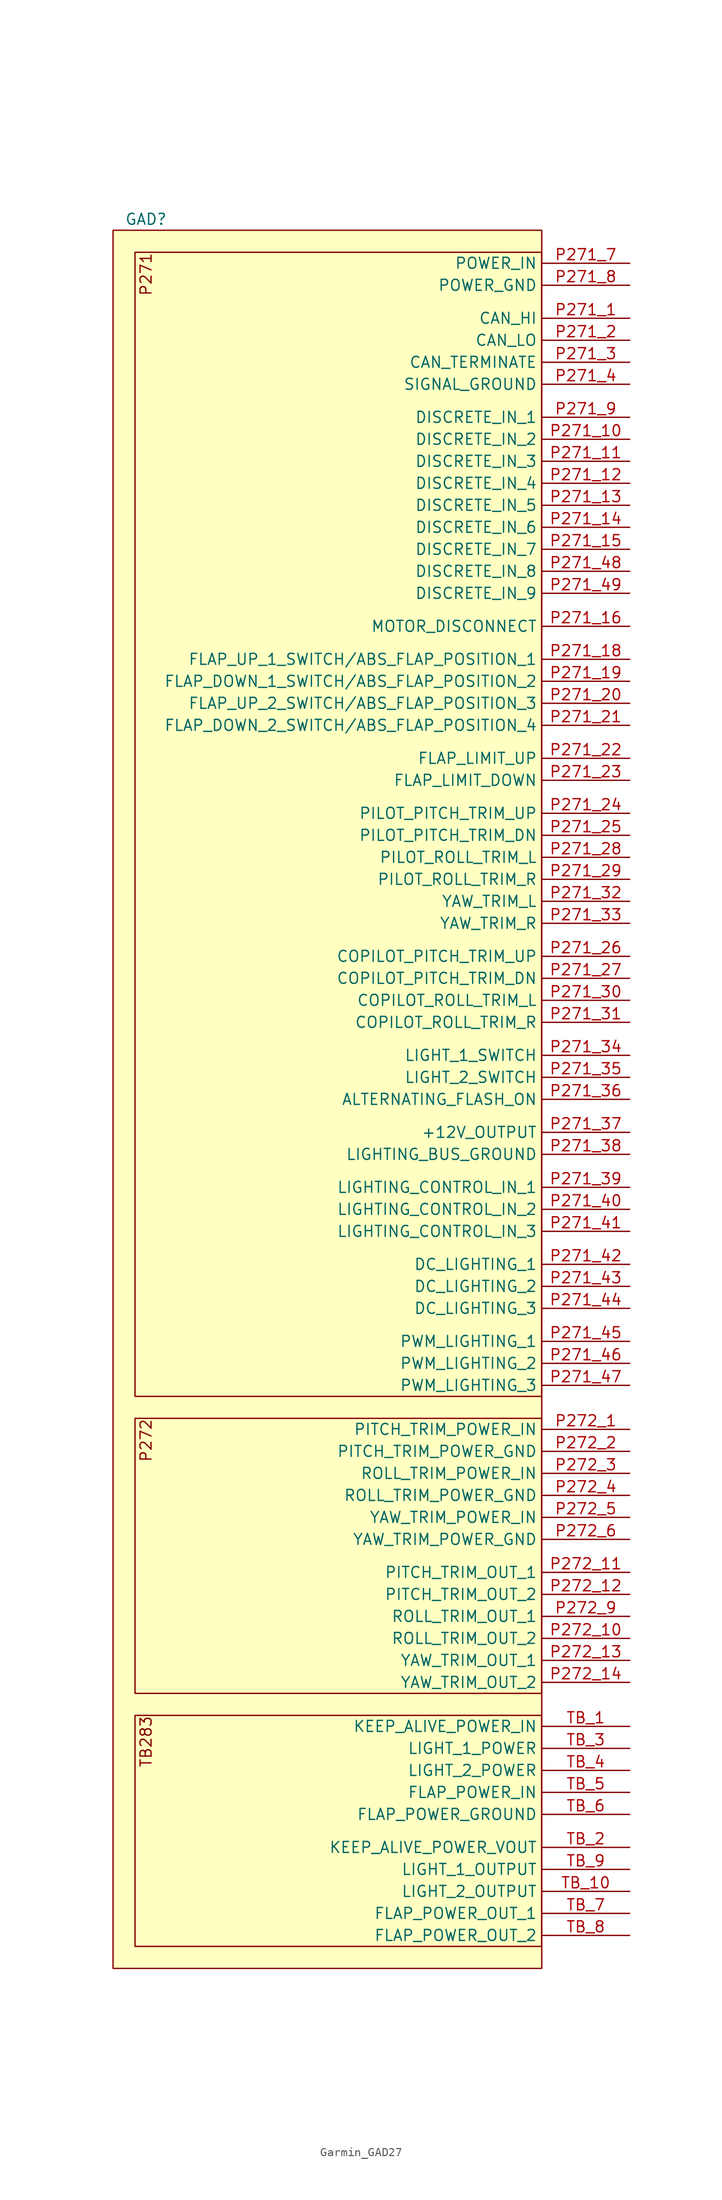
<source format=kicad_sym>
(kicad_symbol_lib
  (version 20241209)
  (generator "kicad_symbol_editor")
  (generator_version "9.0")
  (symbol "Garmin_GAD27"
    (property "Reference" "GAD"
      (at 3.81 1.27 0)
      (effects (font (size 1.27 1.27))))
    (property "Value" ""
      (at -2.54 0 0)
      (effects (font (size 1.27 1.27))))
    (symbol "Garmin_GAD27_1_1"
      (rectangle (start 0 0) (end 49.53 -200.66) (stroke (width 0) (type default)) (fill (type background)))
      (rectangle (start 2.54 -2.54) (end 49.53 -134.62) (stroke (width 0) (type default)) (fill (type background)))
      (rectangle (start 2.54 -137.16) (end 49.53 -168.91) (stroke (width 0) (type default)) (fill (type background)))
      (rectangle (start 2.54 -171.45) (end 49.53 -198.12) (stroke (width 0) (type default)) (fill (type background)))
      (text "P271" (at 3.81 -2.54 900) (effects (font (size 1.27 1.27)) (justify right)))
      (text "P272" (at 3.81 -137.16 900) (effects (font (size 1.27 1.27)) (justify right)))
      (text "TB283" (at 3.81 -171.45 900) (effects (font (size 1.27 1.27)) (justify right)))
      (pin power_in line (at 59.69 -3.81 180) (length 10.16) (name "POWER_IN" (effects (font (size 1.27 1.27)))) (number "P271_7" (effects (font (size 1.27 1.27)))))
      (pin passive line (at 59.69 -6.35 180) (length 10.16) (name "POWER_GND" (effects (font (size 1.27 1.27)))) (number "P271_8" (effects (font (size 1.27 1.27)))))
      (pin bidirectional line (at 59.69 -10.16 180) (length 10.16) (name "CAN_HI" (effects (font (size 1.27 1.27)))) (number "P271_1" (effects (font (size 1.27 1.27)))))
      (pin bidirectional line (at 59.69 -12.7 180) (length 10.16) (name "CAN_LO" (effects (font (size 1.27 1.27)))) (number "P271_2" (effects (font (size 1.27 1.27)))))
      (pin bidirectional line (at 59.69 -15.24 180) (length 10.16) (name "CAN_TERMINATE" (effects (font (size 1.27 1.27)))) (number "P271_3" (effects (font (size 1.27 1.27)))))
      (pin passive line (at 59.69 -17.78 180) (length 10.16) (name "SIGNAL_GROUND" (effects (font (size 1.27 1.27)))) (number "P271_4" (effects (font (size 1.27 1.27)))))
      (pin input line (at 59.69 -21.59 180) (length 10.16) (name "DISCRETE_IN_1" (effects (font (size 1.27 1.27)))) (number "P271_9" (effects (font (size 1.27 1.27)))))
      (pin input line (at 59.69 -24.13 180) (length 10.16) (name "DISCRETE_IN_2" (effects (font (size 1.27 1.27)))) (number "P271_10" (effects (font (size 1.27 1.27)))))
      (pin input line (at 59.69 -26.67 180) (length 10.16) (name "DISCRETE_IN_3" (effects (font (size 1.27 1.27)))) (number "P271_11" (effects (font (size 1.27 1.27)))))
      (pin input line (at 59.69 -29.21 180) (length 10.16) (name "DISCRETE_IN_4" (effects (font (size 1.27 1.27)))) (number "P271_12" (effects (font (size 1.27 1.27)))))
      (pin input line (at 59.69 -31.75 180) (length 10.16) (name "DISCRETE_IN_5" (effects (font (size 1.27 1.27)))) (number "P271_13" (effects (font (size 1.27 1.27)))))
      (pin input line (at 59.69 -34.29 180) (length 10.16) (name "DISCRETE_IN_6" (effects (font (size 1.27 1.27)))) (number "P271_14" (effects (font (size 1.27 1.27)))))
      (pin input line (at 59.69 -36.83 180) (length 10.16) (name "DISCRETE_IN_7" (effects (font (size 1.27 1.27)))) (number "P271_15" (effects (font (size 1.27 1.27)))))
      (pin input line (at 59.69 -39.37 180) (length 10.16) (name "DISCRETE_IN_8" (effects (font (size 1.27 1.27)))) (number "P271_48" (effects (font (size 1.27 1.27)))))
      (pin input line (at 59.69 -41.91 180) (length 10.16) (name "DISCRETE_IN_9" (effects (font (size 1.27 1.27)))) (number "P271_49" (effects (font (size 1.27 1.27)))))
      (pin input line (at 59.69 -45.72 180) (length 10.16) (name "MOTOR_DISCONNECT" (effects (font (size 1.27 1.27)))) (number "P271_16" (effects (font (size 1.27 1.27)))))
      (pin input line (at 59.69 -49.53 180) (length 10.16) (name "FLAP_UP_1_SWITCH/ABS_FLAP_POSITION_1" (effects (font (size 1.27 1.27)))) (number "P271_18" (effects (font (size 1.27 1.27)))))
      (pin input line (at 59.69 -52.07 180) (length 10.16) (name "FLAP_DOWN_1_SWITCH/ABS_FLAP_POSITION_2" (effects (font (size 1.27 1.27)))) (number "P271_19" (effects (font (size 1.27 1.27)))))
      (pin input line (at 59.69 -54.61 180) (length 10.16) (name "FLAP_UP_2_SWITCH/ABS_FLAP_POSITION_3" (effects (font (size 1.27 1.27)))) (number "P271_20" (effects (font (size 1.27 1.27)))))
      (pin input line (at 59.69 -57.15 180) (length 10.16) (name "FLAP_DOWN_2_SWITCH/ABS_FLAP_POSITION_4" (effects (font (size 1.27 1.27)))) (number "P271_21" (effects (font (size 1.27 1.27)))))
      (pin input line (at 59.69 -60.96 180) (length 10.16) (name "FLAP_LIMIT_UP" (effects (font (size 1.27 1.27)))) (number "P271_22" (effects (font (size 1.27 1.27)))))
      (pin input line (at 59.69 -63.5 180) (length 10.16) (name "FLAP_LIMIT_DOWN" (effects (font (size 1.27 1.27)))) (number "P271_23" (effects (font (size 1.27 1.27)))))
      (pin input line (at 59.69 -67.31 180) (length 10.16) (name "PILOT_PITCH_TRIM_UP" (effects (font (size 1.27 1.27)))) (number "P271_24" (effects (font (size 1.27 1.27)))))
      (pin input line (at 59.69 -69.85 180) (length 10.16) (name "PILOT_PITCH_TRIM_DN" (effects (font (size 1.27 1.27)))) (number "P271_25" (effects (font (size 1.27 1.27)))))
      (pin input line (at 59.69 -72.39 180) (length 10.16) (name "PILOT_ROLL_TRIM_L" (effects (font (size 1.27 1.27)))) (number "P271_28" (effects (font (size 1.27 1.27)))))
      (pin input line (at 59.69 -74.93 180) (length 10.16) (name "PILOT_ROLL_TRIM_R" (effects (font (size 1.27 1.27)))) (number "P271_29" (effects (font (size 1.27 1.27)))))
      (pin input line (at 59.69 -77.47 180) (length 10.16) (name "YAW_TRIM_L" (effects (font (size 1.27 1.27)))) (number "P271_32" (effects (font (size 1.27 1.27)))))
      (pin input line (at 59.69 -80.01 180) (length 10.16) (name "YAW_TRIM_R" (effects (font (size 1.27 1.27)))) (number "P271_33" (effects (font (size 1.27 1.27)))))
      (pin input line (at 59.69 -83.82 180) (length 10.16) (name "COPILOT_PITCH_TRIM_UP" (effects (font (size 1.27 1.27)))) (number "P271_26" (effects (font (size 1.27 1.27)))))
      (pin input line (at 59.69 -86.36 180) (length 10.16) (name "COPILOT_PITCH_TRIM_DN" (effects (font (size 1.27 1.27)))) (number "P271_27" (effects (font (size 1.27 1.27)))))
      (pin input line (at 59.69 -88.9 180) (length 10.16) (name "COPILOT_ROLL_TRIM_L" (effects (font (size 1.27 1.27)))) (number "P271_30" (effects (font (size 1.27 1.27)))))
      (pin input line (at 59.69 -91.44 180) (length 10.16) (name "COPILOT_ROLL_TRIM_R" (effects (font (size 1.27 1.27)))) (number "P271_31" (effects (font (size 1.27 1.27)))))
      (pin input line (at 59.69 -95.25 180) (length 10.16) (name "LIGHT_1_SWITCH" (effects (font (size 1.27 1.27)))) (number "P271_34" (effects (font (size 1.27 1.27)))))
      (pin input line (at 59.69 -97.79 180) (length 10.16) (name "LIGHT_2_SWITCH" (effects (font (size 1.27 1.27)))) (number "P271_35" (effects (font (size 1.27 1.27)))))
      (pin input line (at 59.69 -100.33 180) (length 10.16) (name "ALTERNATING_FLASH_ON" (effects (font (size 1.27 1.27)))) (number "P271_36" (effects (font (size 1.27 1.27)))))
      (pin output line (at 59.69 -104.14 180) (length 10.16) (name "+12V_OUTPUT" (effects (font (size 1.27 1.27)))) (number "P271_37" (effects (font (size 1.27 1.27)))))
      (pin passive line (at 59.69 -106.68 180) (length 10.16) (name "LIGHTING_BUS_GROUND" (effects (font (size 1.27 1.27)))) (number "P271_38" (effects (font (size 1.27 1.27)))))
      (pin input line (at 59.69 -110.49 180) (length 10.16) (name "LIGHTING_CONTROL_IN_1" (effects (font (size 1.27 1.27)))) (number "P271_39" (effects (font (size 1.27 1.27)))))
      (pin input line (at 59.69 -113.03 180) (length 10.16) (name "LIGHTING_CONTROL_IN_2" (effects (font (size 1.27 1.27)))) (number "P271_40" (effects (font (size 1.27 1.27)))))
      (pin input line (at 59.69 -115.57 180) (length 10.16) (name "LIGHTING_CONTROL_IN_3" (effects (font (size 1.27 1.27)))) (number "P271_41" (effects (font (size 1.27 1.27)))))
      (pin power_out line (at 59.69 -119.38 180) (length 10.16) (name "DC_LIGHTING_1" (effects (font (size 1.27 1.27)))) (number "P271_42" (effects (font (size 1.27 1.27)))))
      (pin power_out line (at 59.69 -121.92 180) (length 10.16) (name "DC_LIGHTING_2" (effects (font (size 1.27 1.27)))) (number "P271_43" (effects (font (size 1.27 1.27)))))
      (pin power_out line (at 59.69 -124.46 180) (length 10.16) (name "DC_LIGHTING_3" (effects (font (size 1.27 1.27)))) (number "P271_44" (effects (font (size 1.27 1.27)))))
      (pin power_out line (at 59.69 -128.27 180) (length 10.16) (name "PWM_LIGHTING_1" (effects (font (size 1.27 1.27)))) (number "P271_45" (effects (font (size 1.27 1.27)))))
      (pin power_out line (at 59.69 -130.81 180) (length 10.16) (name "PWM_LIGHTING_2" (effects (font (size 1.27 1.27)))) (number "P271_46" (effects (font (size 1.27 1.27)))))
      (pin power_out line (at 59.69 -133.35 180) (length 10.16) (name "PWM_LIGHTING_3" (effects (font (size 1.27 1.27)))) (number "P271_47" (effects (font (size 1.27 1.27)))))
      (pin power_in line (at 59.69 -138.43 180) (length 10.16) (name "PITCH_TRIM_POWER_IN" (effects (font (size 1.27 1.27)))) (number "P272_1" (effects (font (size 1.27 1.27)))))
      (pin passive line (at 59.69 -140.97 180) (length 10.16) (name "PITCH_TRIM_POWER_GND" (effects (font (size 1.27 1.27)))) (number "P272_2" (effects (font (size 1.27 1.27)))))
      (pin power_in line (at 59.69 -143.51 180) (length 10.16) (name "ROLL_TRIM_POWER_IN" (effects (font (size 1.27 1.27)))) (number "P272_3" (effects (font (size 1.27 1.27)))))
      (pin passive line (at 59.69 -146.05 180) (length 10.16) (name "ROLL_TRIM_POWER_GND" (effects (font (size 1.27 1.27)))) (number "P272_4" (effects (font (size 1.27 1.27)))))
      (pin power_in line (at 59.69 -148.59 180) (length 10.16) (name "YAW_TRIM_POWER_IN" (effects (font (size 1.27 1.27)))) (number "P272_5" (effects (font (size 1.27 1.27)))))
      (pin passive line (at 59.69 -151.13 180) (length 10.16) (name "YAW_TRIM_POWER_GND" (effects (font (size 1.27 1.27)))) (number "P272_6" (effects (font (size 1.27 1.27)))))
      (pin power_out line (at 59.69 -154.94 180) (length 10.16) (name "PITCH_TRIM_OUT_1" (effects (font (size 1.27 1.27)))) (number "P272_11" (effects (font (size 1.27 1.27)))))
      (pin power_out line (at 59.69 -157.48 180) (length 10.16) (name "PITCH_TRIM_OUT_2" (effects (font (size 1.27 1.27)))) (number "P272_12" (effects (font (size 1.27 1.27)))))
      (pin power_out line (at 59.69 -160.02 180) (length 10.16) (name "ROLL_TRIM_OUT_1" (effects (font (size 1.27 1.27)))) (number "P272_9" (effects (font (size 1.27 1.27)))))
      (pin power_out line (at 59.69 -162.56 180) (length 10.16) (name "ROLL_TRIM_OUT_2" (effects (font (size 1.27 1.27)))) (number "P272_10" (effects (font (size 1.27 1.27)))))
      (pin power_out line (at 59.69 -165.1 180) (length 10.16) (name "YAW_TRIM_OUT_1" (effects (font (size 1.27 1.27)))) (number "P272_13" (effects (font (size 1.27 1.27)))))
      (pin power_out line (at 59.69 -167.64 180) (length 10.16) (name "YAW_TRIM_OUT_2" (effects (font (size 1.27 1.27)))) (number "P272_14" (effects (font (size 1.27 1.27)))))
      (pin power_in line (at 59.69 -172.72 180) (length 10.16) (name "KEEP_ALIVE_POWER_IN" (effects (font (size 1.27 1.27)))) (number "TB_1" (effects (font (size 1.27 1.27)))))
      (pin power_in line (at 59.69 -175.26 180) (length 10.16) (name "LIGHT_1_POWER" (effects (font (size 1.27 1.27)))) (number "TB_3" (effects (font (size 1.27 1.27)))))
      (pin power_in line (at 59.69 -177.8 180) (length 10.16) (name "LIGHT_2_POWER" (effects (font (size 1.27 1.27)))) (number "TB_4" (effects (font (size 1.27 1.27)))))
      (pin power_in line (at 59.69 -180.34 180) (length 10.16) (name "FLAP_POWER_IN" (effects (font (size 1.27 1.27)))) (number "TB_5" (effects (font (size 1.27 1.27)))))
      (pin passive line (at 59.69 -182.88 180) (length 10.16) (name "FLAP_POWER_GROUND" (effects (font (size 1.27 1.27)))) (number "TB_6" (effects (font (size 1.27 1.27)))))
      (pin power_out line (at 59.69 -186.69 180) (length 10.16) (name "KEEP_ALIVE_POWER_VOUT" (effects (font (size 1.27 1.27)))) (number "TB_2" (effects (font (size 1.27 1.27)))))
      (pin power_out line (at 59.69 -189.23 180) (length 10.16) (name "LIGHT_1_OUTPUT" (effects (font (size 1.27 1.27)))) (number "TB_9" (effects (font (size 1.27 1.27)))))
      (pin power_out line (at 59.69 -191.77 180) (length 10.16) (name "LIGHT_2_OUTPUT" (effects (font (size 1.27 1.27)))) (number "TB_10" (effects (font (size 1.27 1.27)))))
      (pin power_out line (at 59.69 -194.31 180) (length 10.16) (name "FLAP_POWER_OUT_1" (effects (font (size 1.27 1.27)))) (number "TB_7" (effects (font (size 1.27 1.27)))))
      (pin power_out line (at 59.69 -196.85 180) (length 10.16) (name "FLAP_POWER_OUT_2" (effects (font (size 1.27 1.27)))) (number "TB_8" (effects (font (size 1.27 1.27))))))))
</source>
